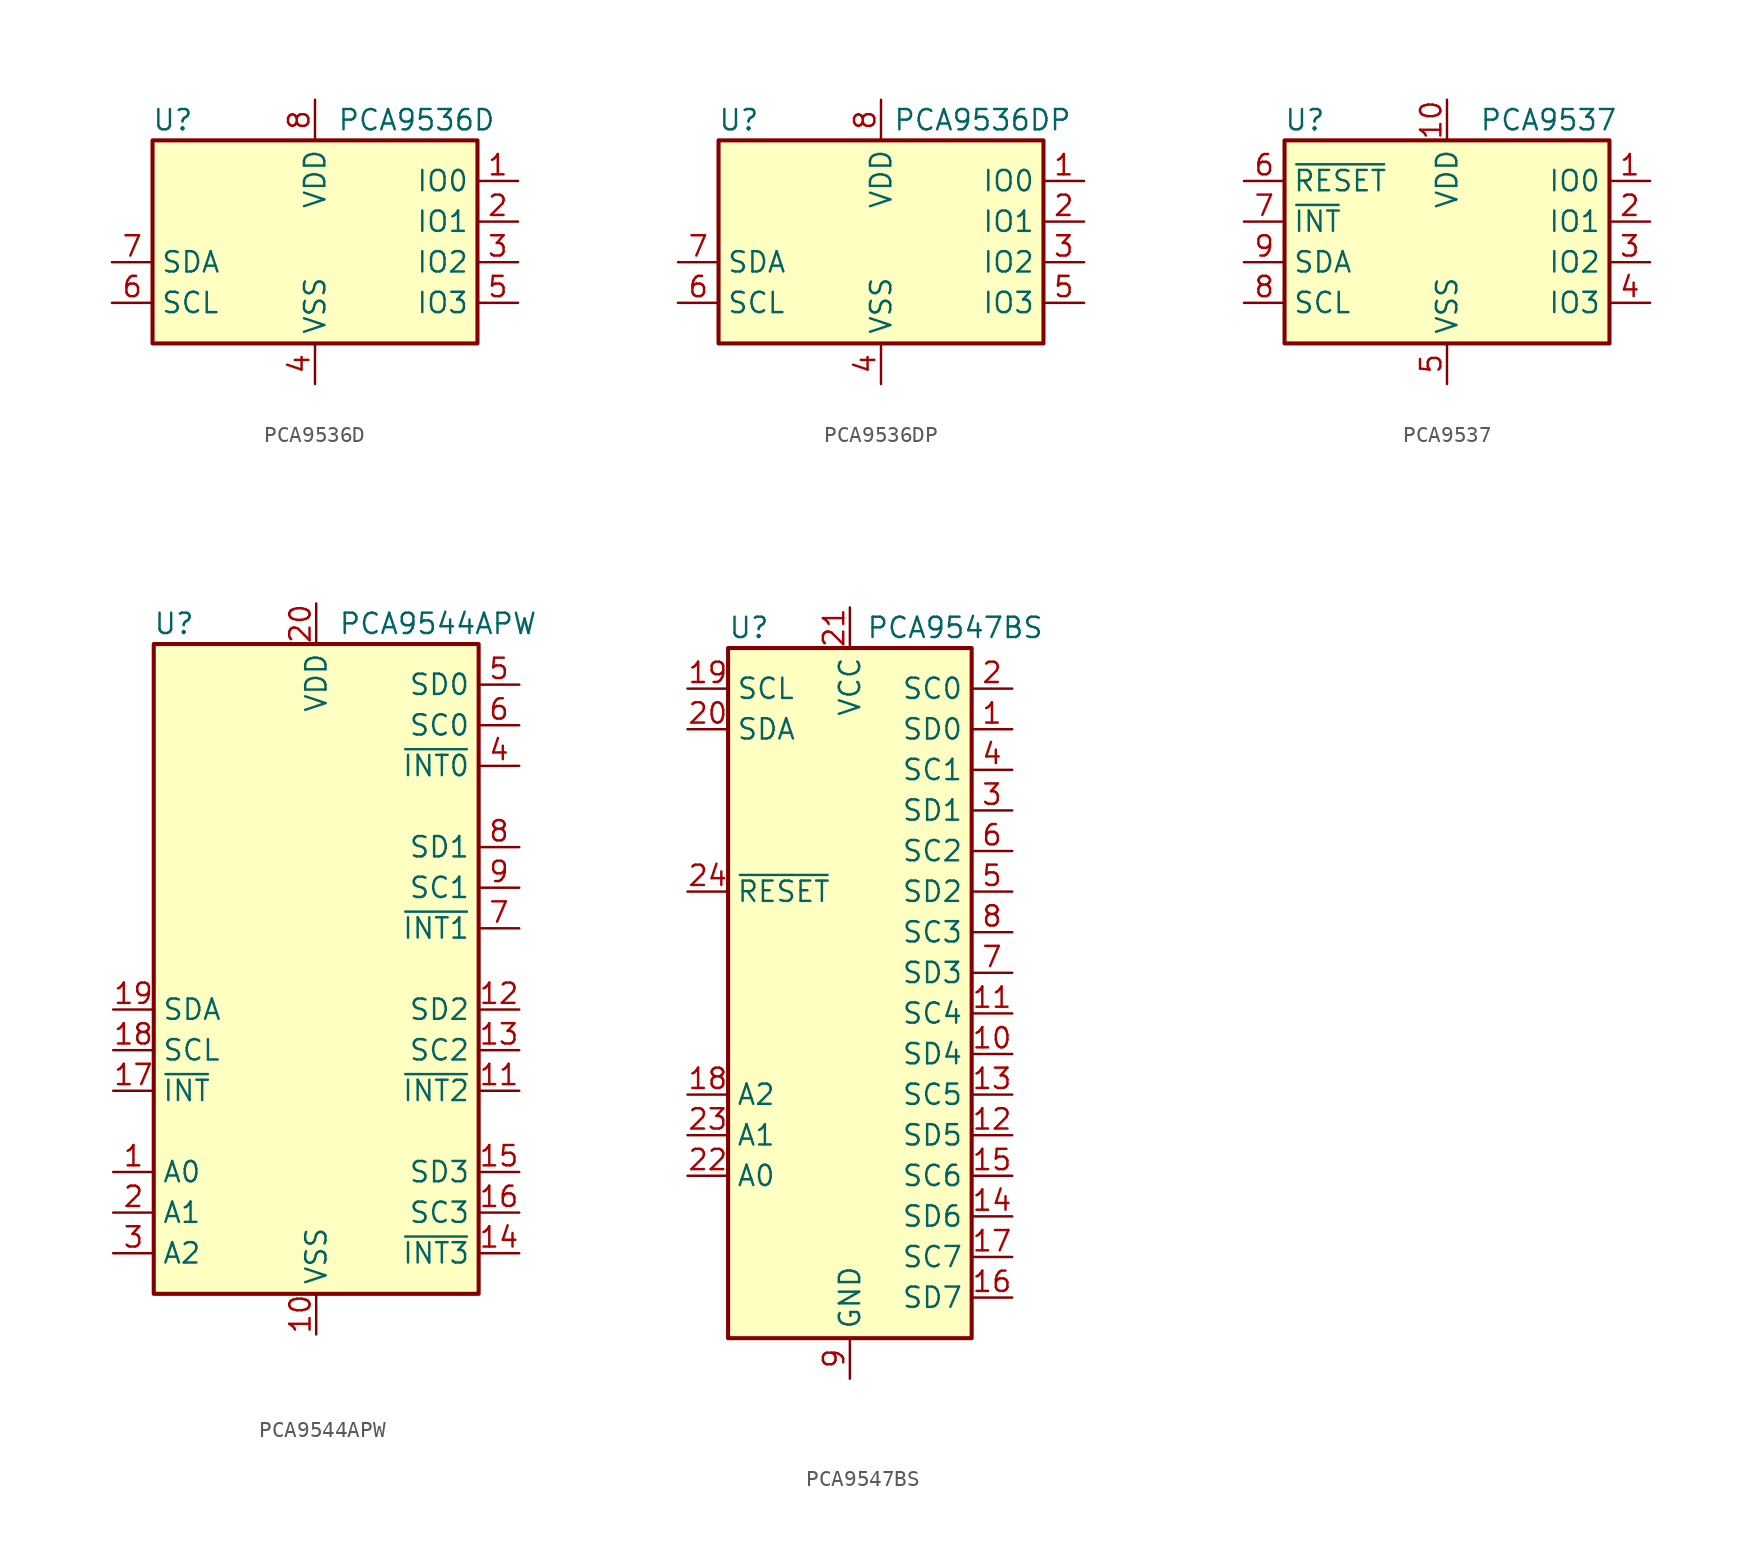
<source format=kicad_sym>
(kicad_symbol_lib
  (version 20201005)
  (generator kicad_symbol_editor)
  (symbol "Interface_Expansion:PCA9536D"
    (property "Reference" "U"
      (at -8.89 6.35 0)
      (effects (font (size 1.27 1.27))))
    (property "Value" "PCA9536D"
      (at 6.35 6.35 0)
      (effects (font (size 1.27 1.27))))
    (symbol "PCA9536D_0_1"
      (rectangle (start -10.16 5.08) (end 10.16 -7.62) (stroke (width 0.254)) (fill (type background))))
    (symbol "PCA9536D_1_1"
      (pin bidirectional line (at 12.7 2.54 180) (length 2.54) (name "IO0" (effects (font (size 1.27 1.27)))) (number "1" (effects (font (size 1.27 1.27)))))
      (pin bidirectional line (at 12.7 0 180) (length 2.54) (name "IO1" (effects (font (size 1.27 1.27)))) (number "2" (effects (font (size 1.27 1.27)))))
      (pin bidirectional line (at 12.7 -2.54 180) (length 2.54) (name "IO2" (effects (font (size 1.27 1.27)))) (number "3" (effects (font (size 1.27 1.27)))))
      (pin power_in line (at 0 -10.16 90) (length 2.54) (name "VSS" (effects (font (size 1.27 1.27)))) (number "4" (effects (font (size 1.27 1.27)))))
      (pin bidirectional line (at 12.7 -5.08 180) (length 2.54) (name "IO3" (effects (font (size 1.27 1.27)))) (number "5" (effects (font (size 1.27 1.27)))))
      (pin input line (at -12.7 -5.08 0) (length 2.54) (name "SCL" (effects (font (size 1.27 1.27)))) (number "6" (effects (font (size 1.27 1.27)))))
      (pin bidirectional line (at -12.7 -2.54 0) (length 2.54) (name "SDA" (effects (font (size 1.27 1.27)))) (number "7" (effects (font (size 1.27 1.27)))))
      (pin power_in line (at 0 7.62 270) (length 2.54) (name "VDD" (effects (font (size 1.27 1.27)))) (number "8" (effects (font (size 1.27 1.27)))))))
  (symbol "Interface_Expansion:PCA9536DP"
    (property "Reference" "U"
      (at -8.89 6.35 0)
      (effects (font (size 1.27 1.27))))
    (property "Value" "PCA9536DP"
      (at 6.35 6.35 0)
      (effects (font (size 1.27 1.27))))
    (symbol "PCA9536DP_0_1"
      (rectangle (start -10.16 5.08) (end 10.16 -7.62) (stroke (width 0.254)) (fill (type background))))
    (symbol "PCA9536DP_1_1"
      (pin bidirectional line (at 12.7 2.54 180) (length 2.54) (name "IO0" (effects (font (size 1.27 1.27)))) (number "1" (effects (font (size 1.27 1.27)))))
      (pin bidirectional line (at 12.7 0 180) (length 2.54) (name "IO1" (effects (font (size 1.27 1.27)))) (number "2" (effects (font (size 1.27 1.27)))))
      (pin bidirectional line (at 12.7 -2.54 180) (length 2.54) (name "IO2" (effects (font (size 1.27 1.27)))) (number "3" (effects (font (size 1.27 1.27)))))
      (pin power_in line (at 0 -10.16 90) (length 2.54) (name "VSS" (effects (font (size 1.27 1.27)))) (number "4" (effects (font (size 1.27 1.27)))))
      (pin bidirectional line (at 12.7 -5.08 180) (length 2.54) (name "IO3" (effects (font (size 1.27 1.27)))) (number "5" (effects (font (size 1.27 1.27)))))
      (pin input line (at -12.7 -5.08 0) (length 2.54) (name "SCL" (effects (font (size 1.27 1.27)))) (number "6" (effects (font (size 1.27 1.27)))))
      (pin bidirectional line (at -12.7 -2.54 0) (length 2.54) (name "SDA" (effects (font (size 1.27 1.27)))) (number "7" (effects (font (size 1.27 1.27)))))
      (pin power_in line (at 0 7.62 270) (length 2.54) (name "VDD" (effects (font (size 1.27 1.27)))) (number "8" (effects (font (size 1.27 1.27)))))))
  (symbol "Interface_Expansion:PCA9537"
    (property "Reference" "U"
      (at -8.89 6.35 0)
      (effects (font (size 1.27 1.27))))
    (property "Value" "PCA9537"
      (at 6.35 6.35 0)
      (effects (font (size 1.27 1.27))))
    (symbol "PCA9537_0_1"
      (rectangle (start -10.16 5.08) (end 10.16 -7.62) (stroke (width 0.254)) (fill (type background))))
    (symbol "PCA9537_1_1"
      (pin bidirectional line (at 12.7 2.54 180) (length 2.54) (name "IO0" (effects (font (size 1.27 1.27)))) (number "1" (effects (font (size 1.27 1.27)))))
      (pin power_in line (at 0 7.62 270) (length 2.54) (name "VDD" (effects (font (size 1.27 1.27)))) (number "10" (effects (font (size 1.27 1.27)))))
      (pin bidirectional line (at 12.7 0 180) (length 2.54) (name "IO1" (effects (font (size 1.27 1.27)))) (number "2" (effects (font (size 1.27 1.27)))))
      (pin bidirectional line (at 12.7 -2.54 180) (length 2.54) (name "IO2" (effects (font (size 1.27 1.27)))) (number "3" (effects (font (size 1.27 1.27)))))
      (pin bidirectional line (at 12.7 -5.08 180) (length 2.54) (name "IO3" (effects (font (size 1.27 1.27)))) (number "4" (effects (font (size 1.27 1.27)))))
      (pin power_in line (at 0 -10.16 90) (length 2.54) (name "VSS" (effects (font (size 1.27 1.27)))) (number "5" (effects (font (size 1.27 1.27)))))
      (pin input line (at -12.7 2.54 0) (length 2.54) (name "~RESET" (effects (font (size 1.27 1.27)))) (number "6" (effects (font (size 1.27 1.27)))))
      (pin open_collector line (at -12.7 0 0) (length 2.54) (name "~INT" (effects (font (size 1.27 1.27)))) (number "7" (effects (font (size 1.27 1.27)))))
      (pin input line (at -12.7 -5.08 0) (length 2.54) (name "SCL" (effects (font (size 1.27 1.27)))) (number "8" (effects (font (size 1.27 1.27)))))
      (pin bidirectional line (at -12.7 -2.54 0) (length 2.54) (name "SDA" (effects (font (size 1.27 1.27)))) (number "9" (effects (font (size 1.27 1.27)))))))
  (symbol "Interface_Expansion:PCA9544APW"
    (property "Reference" "U"
      (at -8.89 21.59 0)
      (effects (font (size 1.27 1.27))))
    (property "Value" "PCA9544APW"
      (at 7.62 21.59 0)
      (effects (font (size 1.27 1.27))))
    (symbol "PCA9544APW_0_1"
      (rectangle (start 10.16 20.32) (end -10.16 -20.32) (stroke (width 0.254)) (fill (type background))))
    (symbol "PCA9544APW_1_1"
      (pin input line (at -12.7 -12.7 0) (length 2.54) (name "A0" (effects (font (size 1.27 1.27)))) (number "1" (effects (font (size 1.27 1.27)))))
      (pin power_in line (at 0 -22.86 90) (length 2.54) (name "VSS" (effects (font (size 1.27 1.27)))) (number "10" (effects (font (size 1.27 1.27)))))
      (pin input line (at 12.7 -7.62 180) (length 2.54) (name "~INT2" (effects (font (size 1.27 1.27)))) (number "11" (effects (font (size 1.27 1.27)))))
      (pin bidirectional line (at 12.7 -2.54 180) (length 2.54) (name "SD2" (effects (font (size 1.27 1.27)))) (number "12" (effects (font (size 1.27 1.27)))))
      (pin output line (at 12.7 -5.08 180) (length 2.54) (name "SC2" (effects (font (size 1.27 1.27)))) (number "13" (effects (font (size 1.27 1.27)))))
      (pin input line (at 12.7 -17.78 180) (length 2.54) (name "~INT3" (effects (font (size 1.27 1.27)))) (number "14" (effects (font (size 1.27 1.27)))))
      (pin bidirectional line (at 12.7 -12.7 180) (length 2.54) (name "SD3" (effects (font (size 1.27 1.27)))) (number "15" (effects (font (size 1.27 1.27)))))
      (pin output line (at 12.7 -15.24 180) (length 2.54) (name "SC3" (effects (font (size 1.27 1.27)))) (number "16" (effects (font (size 1.27 1.27)))))
      (pin open_collector line (at -12.7 -7.62 0) (length 2.54) (name "~INT" (effects (font (size 1.27 1.27)))) (number "17" (effects (font (size 1.27 1.27)))))
      (pin input line (at -12.7 -5.08 0) (length 2.54) (name "SCL" (effects (font (size 1.27 1.27)))) (number "18" (effects (font (size 1.27 1.27)))))
      (pin bidirectional line (at -12.7 -2.54 0) (length 2.54) (name "SDA" (effects (font (size 1.27 1.27)))) (number "19" (effects (font (size 1.27 1.27)))))
      (pin input line (at -12.7 -15.24 0) (length 2.54) (name "A1" (effects (font (size 1.27 1.27)))) (number "2" (effects (font (size 1.27 1.27)))))
      (pin power_in line (at 0 22.86 270) (length 2.54) (name "VDD" (effects (font (size 1.27 1.27)))) (number "20" (effects (font (size 1.27 1.27)))))
      (pin input line (at -12.7 -17.78 0) (length 2.54) (name "A2" (effects (font (size 1.27 1.27)))) (number "3" (effects (font (size 1.27 1.27)))))
      (pin input line (at 12.7 12.7 180) (length 2.54) (name "~INT0" (effects (font (size 1.27 1.27)))) (number "4" (effects (font (size 1.27 1.27)))))
      (pin bidirectional line (at 12.7 17.78 180) (length 2.54) (name "SD0" (effects (font (size 1.27 1.27)))) (number "5" (effects (font (size 1.27 1.27)))))
      (pin output line (at 12.7 15.24 180) (length 2.54) (name "SC0" (effects (font (size 1.27 1.27)))) (number "6" (effects (font (size 1.27 1.27)))))
      (pin input line (at 12.7 2.54 180) (length 2.54) (name "~INT1" (effects (font (size 1.27 1.27)))) (number "7" (effects (font (size 1.27 1.27)))))
      (pin bidirectional line (at 12.7 7.62 180) (length 2.54) (name "SD1" (effects (font (size 1.27 1.27)))) (number "8" (effects (font (size 1.27 1.27)))))
      (pin output line (at 12.7 5.08 180) (length 2.54) (name "SC1" (effects (font (size 1.27 1.27)))) (number "9" (effects (font (size 1.27 1.27)))))))
  (symbol "Interface_Expansion:PCA9547BS"
    (property "Reference" "U"
      (at -7.62 21.59 0)
      (effects (font (size 1.27 1.27)) (justify left)))
    (property "Value" "PCA9547BS"
      (at 1.016 21.59 0)
      (effects (font (size 1.27 1.27)) (justify left)))
    (symbol "PCA9547BS_0_1"
      (rectangle (start -7.62 20.32) (end 7.62 -22.86) (stroke (width 0.254)) (fill (type background))))
    (symbol "PCA9547BS_1_1"
      (pin bidirectional line (at 10.16 15.24 180) (length 2.54) (name "SD0" (effects (font (size 1.27 1.27)))) (number "1" (effects (font (size 1.27 1.27)))))
      (pin bidirectional line (at 10.16 -5.08 180) (length 2.54) (name "SD4" (effects (font (size 1.27 1.27)))) (number "10" (effects (font (size 1.27 1.27)))))
      (pin output line (at 10.16 -2.54 180) (length 2.54) (name "SC4" (effects (font (size 1.27 1.27)))) (number "11" (effects (font (size 1.27 1.27)))))
      (pin bidirectional line (at 10.16 -10.16 180) (length 2.54) (name "SD5" (effects (font (size 1.27 1.27)))) (number "12" (effects (font (size 1.27 1.27)))))
      (pin output line (at 10.16 -7.62 180) (length 2.54) (name "SC5" (effects (font (size 1.27 1.27)))) (number "13" (effects (font (size 1.27 1.27)))))
      (pin bidirectional line (at 10.16 -15.24 180) (length 2.54) (name "SD6" (effects (font (size 1.27 1.27)))) (number "14" (effects (font (size 1.27 1.27)))))
      (pin output line (at 10.16 -12.7 180) (length 2.54) (name "SC6" (effects (font (size 1.27 1.27)))) (number "15" (effects (font (size 1.27 1.27)))))
      (pin bidirectional line (at 10.16 -20.32 180) (length 2.54) (name "SD7" (effects (font (size 1.27 1.27)))) (number "16" (effects (font (size 1.27 1.27)))))
      (pin output line (at 10.16 -17.78 180) (length 2.54) (name "SC7" (effects (font (size 1.27 1.27)))) (number "17" (effects (font (size 1.27 1.27)))))
      (pin input line (at -10.16 -7.62 0) (length 2.54) (name "A2" (effects (font (size 1.27 1.27)))) (number "18" (effects (font (size 1.27 1.27)))))
      (pin input line (at -10.16 17.78 0) (length 2.54) (name "SCL" (effects (font (size 1.27 1.27)))) (number "19" (effects (font (size 1.27 1.27)))))
      (pin output line (at 10.16 17.78 180) (length 2.54) (name "SC0" (effects (font (size 1.27 1.27)))) (number "2" (effects (font (size 1.27 1.27)))))
      (pin bidirectional line (at -10.16 15.24 0) (length 2.54) (name "SDA" (effects (font (size 1.27 1.27)))) (number "20" (effects (font (size 1.27 1.27)))))
      (pin power_in line (at 0 22.86 270) (length 2.54) (name "VCC" (effects (font (size 1.27 1.27)))) (number "21" (effects (font (size 1.27 1.27)))))
      (pin input line (at -10.16 -12.7 0) (length 2.54) (name "A0" (effects (font (size 1.27 1.27)))) (number "22" (effects (font (size 1.27 1.27)))))
      (pin input line (at -10.16 -10.16 0) (length 2.54) (name "A1" (effects (font (size 1.27 1.27)))) (number "23" (effects (font (size 1.27 1.27)))))
      (pin input line (at -10.16 5.08 0) (length 2.54) (name "~RESET" (effects (font (size 1.27 1.27)))) (number "24" (effects (font (size 1.27 1.27)))))
      (pin passive line (at 0 -25.4 90) (length 2.54) hide (name "GND" (effects (font (size 1.27 1.27)))) (number "25" (effects (font (size 1.27 1.27)))))
      (pin bidirectional line (at 10.16 10.16 180) (length 2.54) (name "SD1" (effects (font (size 1.27 1.27)))) (number "3" (effects (font (size 1.27 1.27)))))
      (pin output line (at 10.16 12.7 180) (length 2.54) (name "SC1" (effects (font (size 1.27 1.27)))) (number "4" (effects (font (size 1.27 1.27)))))
      (pin bidirectional line (at 10.16 5.08 180) (length 2.54) (name "SD2" (effects (font (size 1.27 1.27)))) (number "5" (effects (font (size 1.27 1.27)))))
      (pin output line (at 10.16 7.62 180) (length 2.54) (name "SC2" (effects (font (size 1.27 1.27)))) (number "6" (effects (font (size 1.27 1.27)))))
      (pin bidirectional line (at 10.16 0 180) (length 2.54) (name "SD3" (effects (font (size 1.27 1.27)))) (number "7" (effects (font (size 1.27 1.27)))))
      (pin output line (at 10.16 2.54 180) (length 2.54) (name "SC3" (effects (font (size 1.27 1.27)))) (number "8" (effects (font (size 1.27 1.27)))))
      (pin power_in line (at 0 -25.4 90) (length 2.54) (name "GND" (effects (font (size 1.27 1.27)))) (number "9" (effects (font (size 1.27 1.27))))))))
</source>
